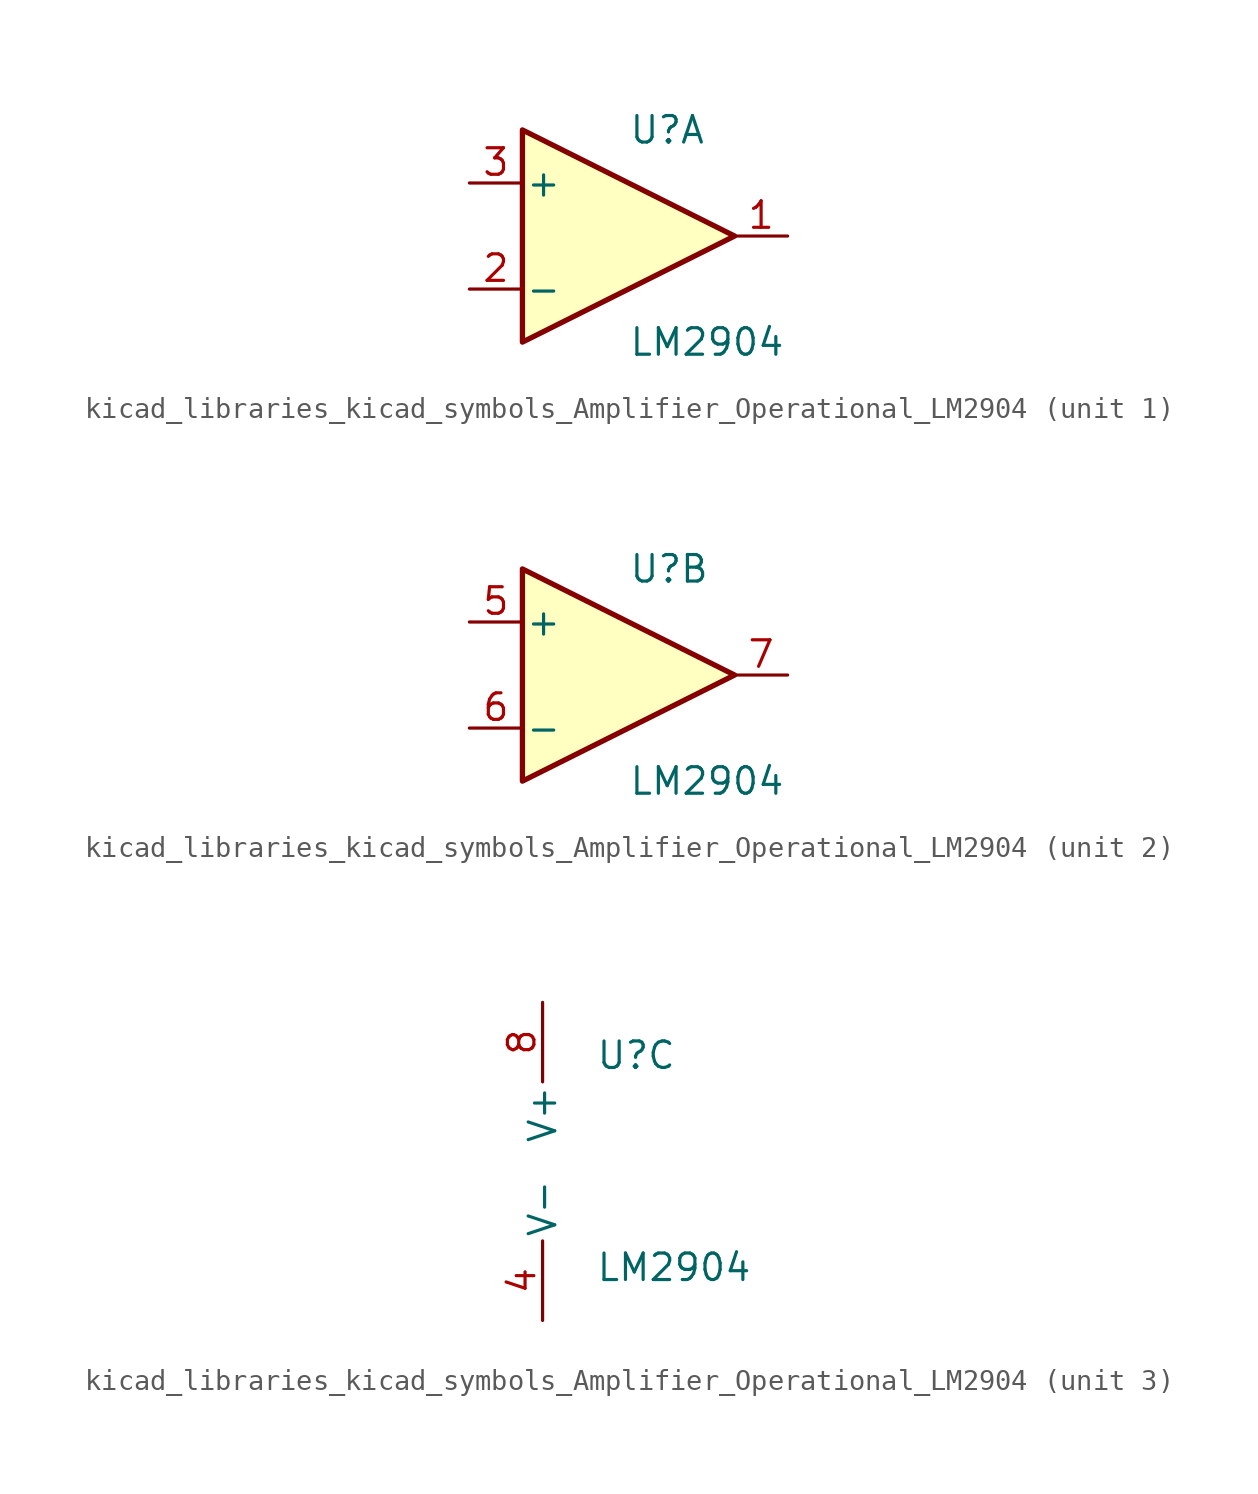
<source format=kicad_sym>
(kicad_symbol_lib
  (version 20220914)
  (generator kicad_symbol_editor)
  (symbol "kicad_libraries_kicad_symbols_Amplifier_Operational_LM2904"
    (pin_names
      (offset 0.127))
    (property "Reference" "U"
      (at 0 5.08 0)
      (effects (font (size 1.27 1.27)) (justify left)))
    (property "Value" "LM2904"
      (at 0 -5.08 0)
      (effects (font (size 1.27 1.27)) (justify left)))
    (property "ki_locked" ""
      (at 0 0 0)
      (effects (font (size 1.27 1.27))))
    (symbol "kicad_libraries_kicad_symbols_Amplifier_Operational_LM2904_1_1"
      (polyline (pts (xy -5.08 5.08) (xy 5.08 0) (xy -5.08 -5.08) (xy -5.08 5.08)) (stroke (width 0.254) (type default)) (fill (type background)))
      (pin output line (at 7.62 0 180) (length 2.54) (name "~" (effects (font (size 1.27 1.27)))) (number "1" (effects (font (size 1.27 1.27)))))
      (pin input line (at -7.62 -2.54 0) (length 2.54) (name "-" (effects (font (size 1.27 1.27)))) (number "2" (effects (font (size 1.27 1.27)))))
      (pin input line (at -7.62 2.54 0) (length 2.54) (name "+" (effects (font (size 1.27 1.27)))) (number "3" (effects (font (size 1.27 1.27))))))
    (symbol "kicad_libraries_kicad_symbols_Amplifier_Operational_LM2904_2_1"
      (polyline (pts (xy -5.08 5.08) (xy 5.08 0) (xy -5.08 -5.08) (xy -5.08 5.08)) (stroke (width 0.254) (type default)) (fill (type background)))
      (pin input line (at -7.62 2.54 0) (length 2.54) (name "+" (effects (font (size 1.27 1.27)))) (number "5" (effects (font (size 1.27 1.27)))))
      (pin input line (at -7.62 -2.54 0) (length 2.54) (name "-" (effects (font (size 1.27 1.27)))) (number "6" (effects (font (size 1.27 1.27)))))
      (pin output line (at 7.62 0 180) (length 2.54) (name "~" (effects (font (size 1.27 1.27)))) (number "7" (effects (font (size 1.27 1.27))))))
    (symbol "kicad_libraries_kicad_symbols_Amplifier_Operational_LM2904_3_1"
      (pin power_in line (at -2.54 -7.62 90) (length 3.81) (name "V-" (effects (font (size 1.27 1.27)))) (number "4" (effects (font (size 1.27 1.27)))))
      (pin power_in line (at -2.54 7.62 270) (length 3.81) (name "V+" (effects (font (size 1.27 1.27)))) (number "8" (effects (font (size 1.27 1.27))))))))
</source>
